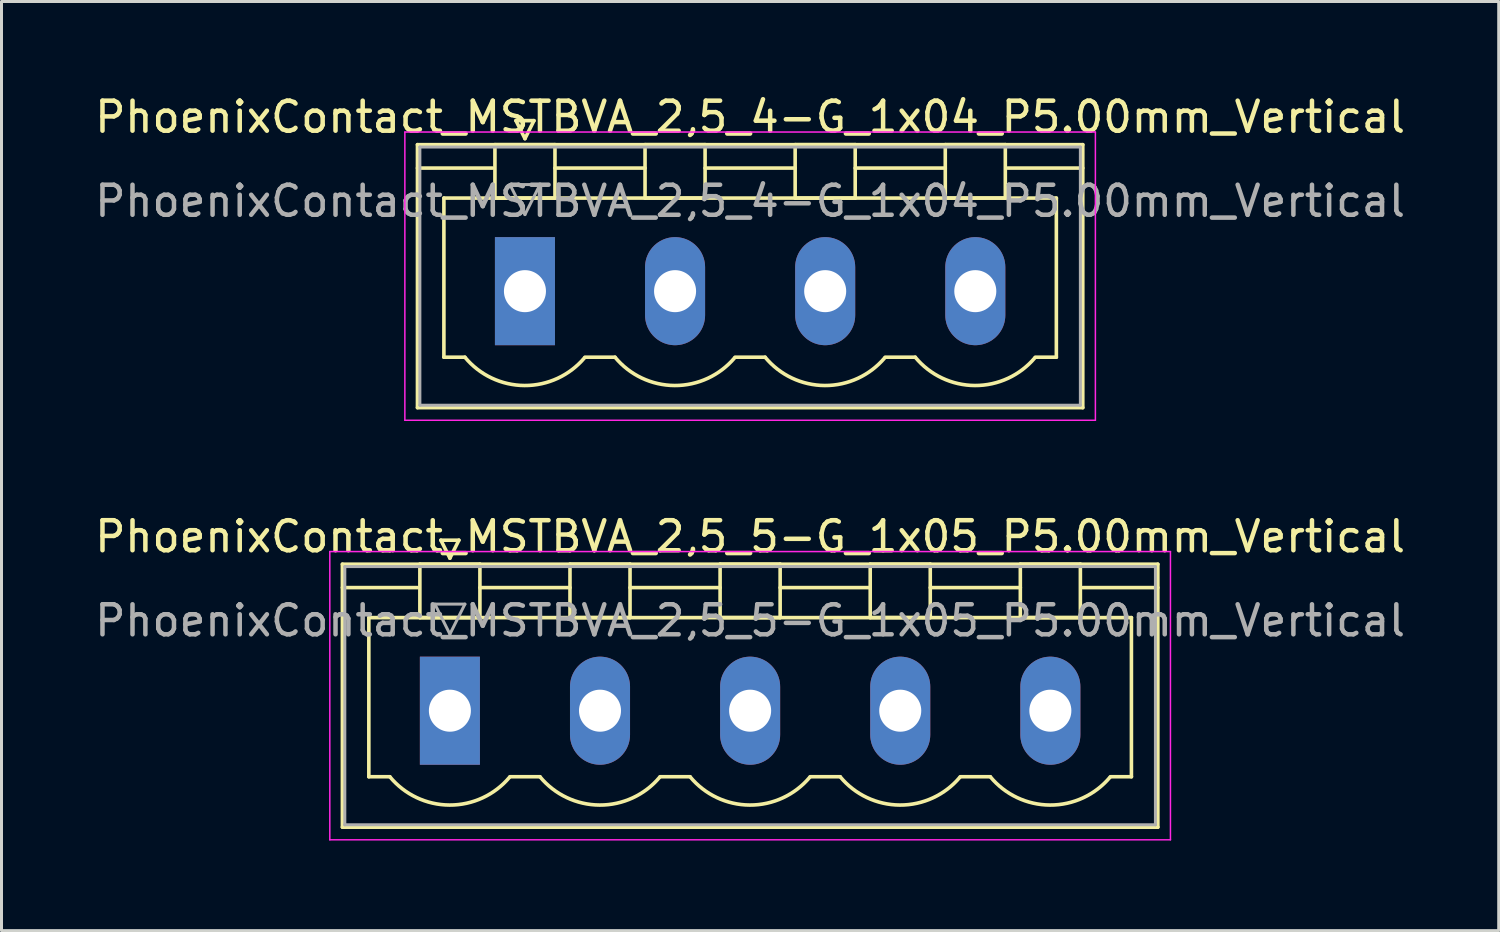
<source format=kicad_pcb>
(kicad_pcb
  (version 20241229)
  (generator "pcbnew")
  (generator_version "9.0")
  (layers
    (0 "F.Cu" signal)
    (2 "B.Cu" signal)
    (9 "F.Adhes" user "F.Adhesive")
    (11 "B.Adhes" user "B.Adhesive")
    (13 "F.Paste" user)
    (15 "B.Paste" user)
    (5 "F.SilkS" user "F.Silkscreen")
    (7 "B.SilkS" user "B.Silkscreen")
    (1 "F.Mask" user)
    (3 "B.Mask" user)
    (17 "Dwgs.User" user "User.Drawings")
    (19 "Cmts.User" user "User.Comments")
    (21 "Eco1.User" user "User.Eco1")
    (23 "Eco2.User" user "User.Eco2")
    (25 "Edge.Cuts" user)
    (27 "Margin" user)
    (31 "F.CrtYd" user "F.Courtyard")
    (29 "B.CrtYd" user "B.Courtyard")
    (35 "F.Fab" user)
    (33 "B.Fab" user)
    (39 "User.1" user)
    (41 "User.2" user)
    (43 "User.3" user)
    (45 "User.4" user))
  (footprint "PhoenixContact_MSTBVA_2,5_5-G_1x05_P5.00mm_Vertical"
    (layer "F.Cu")
    (at 11.935 20.622)
    (property "Reference" "PhoenixContact_MSTBVA_2,5_5-G_1x05_P5.00mm_Vertical" (at 10 -5.8 0) (layer "F.SilkS") (effects (font (size 1 1) (thickness 0.15))))
    (attr through_hole)
    (fp_line (start -3.58 -4.88) (end -3.58 3.88) (stroke (width 0.12) (type solid)) (layer "F.SilkS"))
    (fp_line (start -3.58 -4.1) (end -1.08 -4.1) (stroke (width 0.12) (type solid)) (layer "F.SilkS"))
    (fp_line (start -3.58 3.88) (end 23.58 3.88) (stroke (width 0.12) (type solid)) (layer "F.SilkS"))
    (fp_line (start -2.7 -3.1) (end 22.7 -3.1) (stroke (width 0.12) (type solid)) (layer "F.SilkS"))
    (fp_line (start -2.7 2.2) (end -2.7 -3.1) (stroke (width 0.12) (type solid)) (layer "F.SilkS"))
    (fp_line (start -2 2.2) (end -2.7 2.2) (stroke (width 0.12) (type solid)) (layer "F.SilkS"))
    (fp_line (start -1 -4.88) (end 1 -4.88) (stroke (width 0.12) (type solid)) (layer "F.SilkS"))
    (fp_line (start -1 -3.1) (end -1 -4.88) (stroke (width 0.12) (type solid)) (layer "F.SilkS"))
    (fp_line (start -0.3 -5.68) (end 0.3 -5.68) (stroke (width 0.12) (type solid)) (layer "F.SilkS"))
    (fp_line (start 0 -5.08) (end -0.3 -5.68) (stroke (width 0.12) (type solid)) (layer "F.SilkS"))
    (fp_line (start 0.3 -5.68) (end 0 -5.08) (stroke (width 0.12) (type solid)) (layer "F.SilkS"))
    (fp_line (start 1 -4.88) (end 1 -3.1) (stroke (width 0.12) (type solid)) (layer "F.SilkS"))
    (fp_line (start 1 -4.1) (end 4 -4.1) (stroke (width 0.12) (type solid)) (layer "F.SilkS"))
    (fp_line (start 1 -3.1) (end -1 -3.1) (stroke (width 0.12) (type solid)) (layer "F.SilkS"))
    (fp_line (start 2 2.2) (end 3 2.2) (stroke (width 0.12) (type solid)) (layer "F.SilkS"))
    (fp_line (start 4 -4.88) (end 6 -4.88) (stroke (width 0.12) (type solid)) (layer "F.SilkS"))
    (fp_line (start 4 -3.1) (end 4 -4.88) (stroke (width 0.12) (type solid)) (layer "F.SilkS"))
    (fp_line (start 6 -4.88) (end 6 -3.1) (stroke (width 0.12) (type solid)) (layer "F.SilkS"))
    (fp_line (start 6 -4.1) (end 9 -4.1) (stroke (width 0.12) (type solid)) (layer "F.SilkS"))
    (fp_line (start 6 -3.1) (end 4 -3.1) (stroke (width 0.12) (type solid)) (layer "F.SilkS"))
    (fp_line (start 7 2.2) (end 8 2.2) (stroke (width 0.12) (type solid)) (layer "F.SilkS"))
    (fp_line (start 9 -4.88) (end 11 -4.88) (stroke (width 0.12) (type solid)) (layer "F.SilkS"))
    (fp_line (start 9 -3.1) (end 9 -4.88) (stroke (width 0.12) (type solid)) (layer "F.SilkS"))
    (fp_line (start 11 -4.88) (end 11 -3.1) (stroke (width 0.12) (type solid)) (layer "F.SilkS"))
    (fp_line (start 11 -4.1) (end 14 -4.1) (stroke (width 0.12) (type solid)) (layer "F.SilkS"))
    (fp_line (start 11 -3.1) (end 9 -3.1) (stroke (width 0.12) (type solid)) (layer "F.SilkS"))
    (fp_line (start 12 2.2) (end 13 2.2) (stroke (width 0.12) (type solid)) (layer "F.SilkS"))
    (fp_line (start 14 -4.88) (end 16 -4.88) (stroke (width 0.12) (type solid)) (layer "F.SilkS"))
    (fp_line (start 14 -3.1) (end 14 -4.88) (stroke (width 0.12) (type solid)) (layer "F.SilkS"))
    (fp_line (start 16 -4.88) (end 16 -3.1) (stroke (width 0.12) (type solid)) (layer "F.SilkS"))
    (fp_line (start 16 -4.1) (end 19 -4.1) (stroke (width 0.12) (type solid)) (layer "F.SilkS"))
    (fp_line (start 16 -3.1) (end 14 -3.1) (stroke (width 0.12) (type solid)) (layer "F.SilkS"))
    (fp_line (start 17 2.2) (end 18 2.2) (stroke (width 0.12) (type solid)) (layer "F.SilkS"))
    (fp_line (start 19 -4.88) (end 21 -4.88) (stroke (width 0.12) (type solid)) (layer "F.SilkS"))
    (fp_line (start 19 -3.1) (end 19 -4.88) (stroke (width 0.12) (type solid)) (layer "F.SilkS"))
    (fp_line (start 21 -4.88) (end 21 -3.1) (stroke (width 0.12) (type solid)) (layer "F.SilkS"))
    (fp_line (start 21 -3.1) (end 19 -3.1) (stroke (width 0.12) (type solid)) (layer "F.SilkS"))
    (fp_line (start 22.7 -3.1) (end 22.7 2.2) (stroke (width 0.12) (type solid)) (layer "F.SilkS"))
    (fp_line (start 22.7 2.2) (end 22 2.2) (stroke (width 0.12) (type solid)) (layer "F.SilkS"))
    (fp_line (start 23.58 -4.88) (end -3.58 -4.88) (stroke (width 0.12) (type solid)) (layer "F.SilkS"))
    (fp_line (start 23.58 -4.1) (end 21.08 -4.1) (stroke (width 0.12) (type solid)) (layer "F.SilkS"))
    (fp_line (start 23.58 3.88) (end 23.58 -4.88) (stroke (width 0.12) (type solid)) (layer "F.SilkS"))
    (fp_arc (start 1.986842 2.215821) (mid -0.010289 3.142758) (end -2 2.2) (stroke (width 0.12) (type solid)) (layer "F.SilkS"))
    (fp_arc (start 6.986842 2.215821) (mid 4.989711 3.142758) (end 3 2.2) (stroke (width 0.12) (type solid)) (layer "F.SilkS"))
    (fp_arc (start 11.986842 2.215821) (mid 9.989711 3.142758) (end 8 2.2) (stroke (width 0.12) (type solid)) (layer "F.SilkS"))
    (fp_arc (start 16.986842 2.215821) (mid 14.989711 3.142758) (end 13 2.2) (stroke (width 0.12) (type solid)) (layer "F.SilkS"))
    (fp_arc (start 21.986842 2.215821) (mid 19.989711 3.142758) (end 18 2.2) (stroke (width 0.12) (type solid)) (layer "F.SilkS"))
    (fp_line (start -4 -5.3) (end -4 4.3) (stroke (width 0.05) (type solid)) (layer "F.CrtYd"))
    (fp_line (start -4 4.3) (end 24 4.3) (stroke (width 0.05) (type solid)) (layer "F.CrtYd"))
    (fp_line (start 24 -5.3) (end -4 -5.3) (stroke (width 0.05) (type solid)) (layer "F.CrtYd"))
    (fp_line (start 24 4.3) (end 24 -5.3) (stroke (width 0.05) (type solid)) (layer "F.CrtYd"))
    (fp_line (start -3.5 -4.8) (end -3.5 3.8) (stroke (width 0.1) (type solid)) (layer "F.Fab"))
    (fp_line (start -3.5 3.8) (end 23.5 3.8) (stroke (width 0.1) (type solid)) (layer "F.Fab"))
    (fp_line (start -0.5 -3.55) (end 0.5 -3.55) (stroke (width 0.1) (type solid)) (layer "F.Fab"))
    (fp_line (start 0 -2.55) (end -0.5 -3.55) (stroke (width 0.1) (type solid)) (layer "F.Fab"))
    (fp_line (start 0.5 -3.55) (end 0 -2.55) (stroke (width 0.1) (type solid)) (layer "F.Fab"))
    (fp_line (start 23.5 -4.8) (end -3.5 -4.8) (stroke (width 0.1) (type solid)) (layer "F.Fab"))
    (fp_line (start 23.5 3.8) (end 23.5 -4.8) (stroke (width 0.1) (type solid)) (layer "F.Fab"))
    (fp_text user "${REFERENCE}" (at 10 -3 0) (layer "F.Fab") (effects (font (size 1 1) (thickness 0.15))))
    (pad "1" thru_hole rect (at 0 0) (size 2 3.6) (drill 1.4) (layers "*.Cu" "*.Mask"))
    (pad "2" thru_hole oval (at 5 0) (size 2 3.6) (drill 1.4) (layers "*.Cu" "*.Mask"))
    (pad "3" thru_hole oval (at 10 0) (size 2 3.6) (drill 1.4) (layers "*.Cu" "*.Mask"))
    (pad "4" thru_hole oval (at 15 0) (size 2 3.6) (drill 1.4) (layers "*.Cu" "*.Mask"))
    (pad "5" thru_hole oval (at 20 0) (size 2 3.6) (drill 1.4) (layers "*.Cu" "*.Mask")))
  (footprint "PhoenixContact_MSTBVA_2,5_4-G_1x04_P5.00mm_Vertical"
    (layer "F.Cu")
    (at 14.435 6.648)
    (property "Reference" "PhoenixContact_MSTBVA_2,5_4-G_1x04_P5.00mm_Vertical" (at 7.5 -5.8 0) (layer "F.SilkS") (effects (font (size 1 1) (thickness 0.15))))
    (attr through_hole)
    (fp_line (start -3.58 -4.88) (end -3.58 3.88) (stroke (width 0.12) (type solid)) (layer "F.SilkS"))
    (fp_line (start -3.58 -4.1) (end -1.08 -4.1) (stroke (width 0.12) (type solid)) (layer "F.SilkS"))
    (fp_line (start -3.58 3.88) (end 18.58 3.88) (stroke (width 0.12) (type solid)) (layer "F.SilkS"))
    (fp_line (start -2.7 -3.1) (end 17.7 -3.1) (stroke (width 0.12) (type solid)) (layer "F.SilkS"))
    (fp_line (start -2.7 2.2) (end -2.7 -3.1) (stroke (width 0.12) (type solid)) (layer "F.SilkS"))
    (fp_line (start -2 2.2) (end -2.7 2.2) (stroke (width 0.12) (type solid)) (layer "F.SilkS"))
    (fp_line (start -1 -4.88) (end 1 -4.88) (stroke (width 0.12) (type solid)) (layer "F.SilkS"))
    (fp_line (start -1 -3.1) (end -1 -4.88) (stroke (width 0.12) (type solid)) (layer "F.SilkS"))
    (fp_line (start -0.3 -5.68) (end 0.3 -5.68) (stroke (width 0.12) (type solid)) (layer "F.SilkS"))
    (fp_line (start 0 -5.08) (end -0.3 -5.68) (stroke (width 0.12) (type solid)) (layer "F.SilkS"))
    (fp_line (start 0.3 -5.68) (end 0 -5.08) (stroke (width 0.12) (type solid)) (layer "F.SilkS"))
    (fp_line (start 1 -4.88) (end 1 -3.1) (stroke (width 0.12) (type solid)) (layer "F.SilkS"))
    (fp_line (start 1 -4.1) (end 4 -4.1) (stroke (width 0.12) (type solid)) (layer "F.SilkS"))
    (fp_line (start 1 -3.1) (end -1 -3.1) (stroke (width 0.12) (type solid)) (layer "F.SilkS"))
    (fp_line (start 2 2.2) (end 3 2.2) (stroke (width 0.12) (type solid)) (layer "F.SilkS"))
    (fp_line (start 4 -4.88) (end 6 -4.88) (stroke (width 0.12) (type solid)) (layer "F.SilkS"))
    (fp_line (start 4 -3.1) (end 4 -4.88) (stroke (width 0.12) (type solid)) (layer "F.SilkS"))
    (fp_line (start 6 -4.88) (end 6 -3.1) (stroke (width 0.12) (type solid)) (layer "F.SilkS"))
    (fp_line (start 6 -4.1) (end 9 -4.1) (stroke (width 0.12) (type solid)) (layer "F.SilkS"))
    (fp_line (start 6 -3.1) (end 4 -3.1) (stroke (width 0.12) (type solid)) (layer "F.SilkS"))
    (fp_line (start 7 2.2) (end 8 2.2) (stroke (width 0.12) (type solid)) (layer "F.SilkS"))
    (fp_line (start 9 -4.88) (end 11 -4.88) (stroke (width 0.12) (type solid)) (layer "F.SilkS"))
    (fp_line (start 9 -3.1) (end 9 -4.88) (stroke (width 0.12) (type solid)) (layer "F.SilkS"))
    (fp_line (start 11 -4.88) (end 11 -3.1) (stroke (width 0.12) (type solid)) (layer "F.SilkS"))
    (fp_line (start 11 -4.1) (end 14 -4.1) (stroke (width 0.12) (type solid)) (layer "F.SilkS"))
    (fp_line (start 11 -3.1) (end 9 -3.1) (stroke (width 0.12) (type solid)) (layer "F.SilkS"))
    (fp_line (start 12 2.2) (end 13 2.2) (stroke (width 0.12) (type solid)) (layer "F.SilkS"))
    (fp_line (start 14 -4.88) (end 16 -4.88) (stroke (width 0.12) (type solid)) (layer "F.SilkS"))
    (fp_line (start 14 -3.1) (end 14 -4.88) (stroke (width 0.12) (type solid)) (layer "F.SilkS"))
    (fp_line (start 16 -4.88) (end 16 -3.1) (stroke (width 0.12) (type solid)) (layer "F.SilkS"))
    (fp_line (start 16 -3.1) (end 14 -3.1) (stroke (width 0.12) (type solid)) (layer "F.SilkS"))
    (fp_line (start 17.7 -3.1) (end 17.7 2.2) (stroke (width 0.12) (type solid)) (layer "F.SilkS"))
    (fp_line (start 17.7 2.2) (end 17 2.2) (stroke (width 0.12) (type solid)) (layer "F.SilkS"))
    (fp_line (start 18.58 -4.88) (end -3.58 -4.88) (stroke (width 0.12) (type solid)) (layer "F.SilkS"))
    (fp_line (start 18.58 -4.1) (end 16.08 -4.1) (stroke (width 0.12) (type solid)) (layer "F.SilkS"))
    (fp_line (start 18.58 3.88) (end 18.58 -4.88) (stroke (width 0.12) (type solid)) (layer "F.SilkS"))
    (fp_arc (start 1.986842 2.215821) (mid -0.010289 3.142758) (end -2 2.2) (stroke (width 0.12) (type solid)) (layer "F.SilkS"))
    (fp_arc (start 6.986842 2.215821) (mid 4.989711 3.142758) (end 3 2.2) (stroke (width 0.12) (type solid)) (layer "F.SilkS"))
    (fp_arc (start 11.986842 2.215821) (mid 9.989711 3.142758) (end 8 2.2) (stroke (width 0.12) (type solid)) (layer "F.SilkS"))
    (fp_arc (start 16.986842 2.215821) (mid 14.989711 3.142758) (end 13 2.2) (stroke (width 0.12) (type solid)) (layer "F.SilkS"))
    (fp_line (start -4 -5.3) (end -4 4.3) (stroke (width 0.05) (type solid)) (layer "F.CrtYd"))
    (fp_line (start -4 4.3) (end 19 4.3) (stroke (width 0.05) (type solid)) (layer "F.CrtYd"))
    (fp_line (start 19 -5.3) (end -4 -5.3) (stroke (width 0.05) (type solid)) (layer "F.CrtYd"))
    (fp_line (start 19 4.3) (end 19 -5.3) (stroke (width 0.05) (type solid)) (layer "F.CrtYd"))
    (fp_line (start -3.5 -4.8) (end -3.5 3.8) (stroke (width 0.1) (type solid)) (layer "F.Fab"))
    (fp_line (start -3.5 3.8) (end 18.5 3.8) (stroke (width 0.1) (type solid)) (layer "F.Fab"))
    (fp_line (start -0.5 -3.55) (end 0.5 -3.55) (stroke (width 0.1) (type solid)) (layer "F.Fab"))
    (fp_line (start 0 -2.55) (end -0.5 -3.55) (stroke (width 0.1) (type solid)) (layer "F.Fab"))
    (fp_line (start 0.5 -3.55) (end 0 -2.55) (stroke (width 0.1) (type solid)) (layer "F.Fab"))
    (fp_line (start 18.5 -4.8) (end -3.5 -4.8) (stroke (width 0.1) (type solid)) (layer "F.Fab"))
    (fp_line (start 18.5 3.8) (end 18.5 -4.8) (stroke (width 0.1) (type solid)) (layer "F.Fab"))
    (fp_text user "${REFERENCE}" (at 7.5 -3 0) (layer "F.Fab") (effects (font (size 1 1) (thickness 0.15))))
    (pad "1" thru_hole rect (at 0 0) (size 2 3.6) (drill 1.4) (layers "*.Cu" "*.Mask"))
    (pad "2" thru_hole oval (at 5 0) (size 2 3.6) (drill 1.4) (layers "*.Cu" "*.Mask"))
    (pad "3" thru_hole oval (at 10 0) (size 2 3.6) (drill 1.4) (layers "*.Cu" "*.Mask"))
    (pad "4" thru_hole oval (at 15 0) (size 2 3.6) (drill 1.4) (layers "*.Cu" "*.Mask")))
  (gr_rect
    (start -3 -3)
    (end 46.869 27.947)
    (stroke (width 0.1) (type default))
    (fill no)
    (layer "Edge.Cuts")))
</source>
